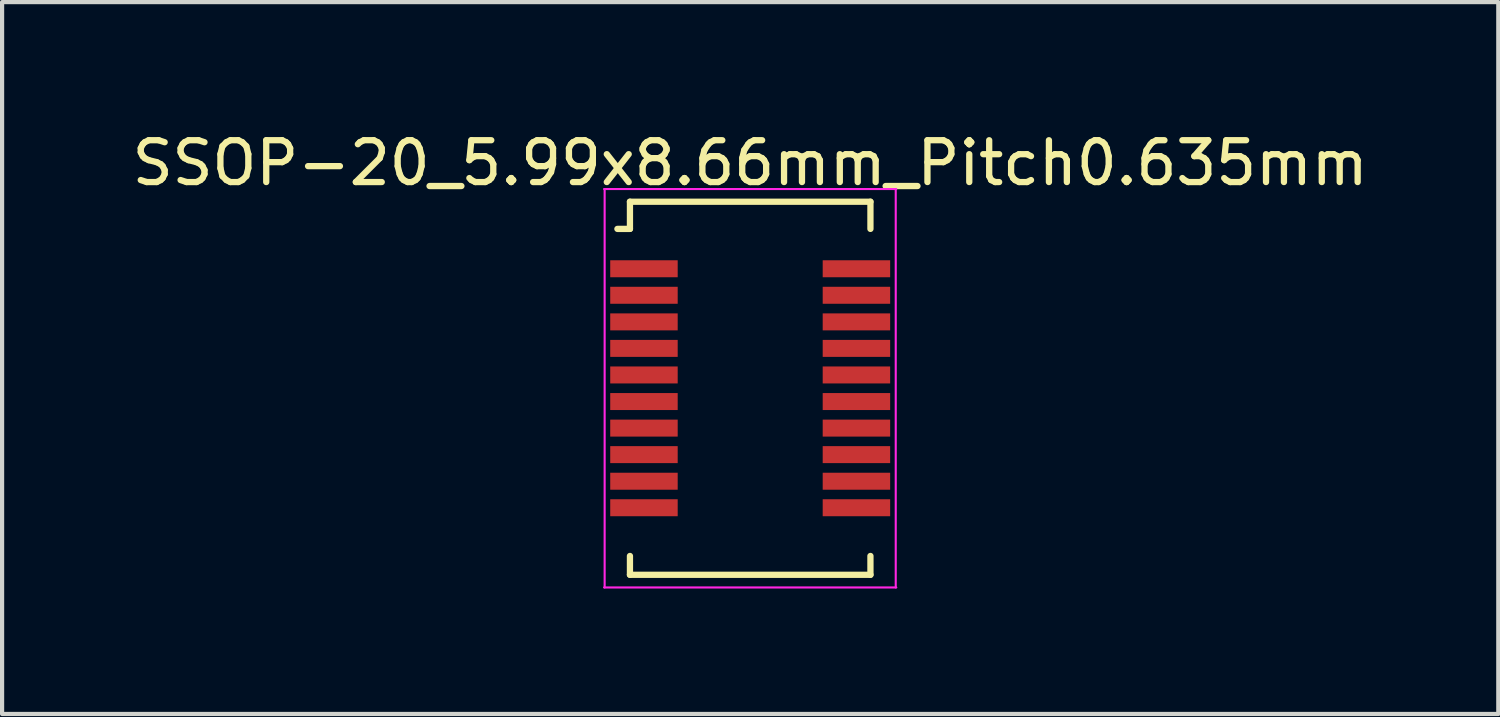
<source format=kicad_pcb>
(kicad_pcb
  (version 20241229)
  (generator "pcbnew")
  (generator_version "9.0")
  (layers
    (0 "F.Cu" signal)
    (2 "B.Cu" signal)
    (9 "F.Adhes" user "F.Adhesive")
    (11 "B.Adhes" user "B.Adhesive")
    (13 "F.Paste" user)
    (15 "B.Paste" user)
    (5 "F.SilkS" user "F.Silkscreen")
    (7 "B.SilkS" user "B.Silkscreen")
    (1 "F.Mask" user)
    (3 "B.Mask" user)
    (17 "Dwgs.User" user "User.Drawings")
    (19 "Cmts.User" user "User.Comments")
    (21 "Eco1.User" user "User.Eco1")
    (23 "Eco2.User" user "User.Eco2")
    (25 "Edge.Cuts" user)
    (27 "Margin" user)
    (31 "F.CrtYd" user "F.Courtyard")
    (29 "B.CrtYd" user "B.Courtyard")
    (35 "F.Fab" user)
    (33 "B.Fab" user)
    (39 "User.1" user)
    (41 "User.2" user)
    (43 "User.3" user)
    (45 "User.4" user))
  (footprint "SSOP-20_5.99x8.66mm_Pitch0.635mm"
    (layer "F.Cu")
    (at 14.887 6.233)
    (property "Reference" "SSOP-20_5.99x8.66mm_Pitch0.635mm" (at 0 -5.385 0) (layer "F.SilkS") (effects (font (size 1 1) (thickness 0.15))))
    (attr smd)
    (fp_line (start -2.875 -4.46) (end -2.875 -3.81) (stroke (width 0.15) (type solid)) (layer "F.SilkS"))
    (fp_line (start -2.875 -4.46) (end 2.875 -4.46) (stroke (width 0.15) (type solid)) (layer "F.SilkS"))
    (fp_line (start -2.875 -3.81) (end -3.175 -3.81) (stroke (width 0.15) (type solid)) (layer "F.SilkS"))
    (fp_line (start -2.875 4.46) (end -2.875 4.01) (stroke (width 0.15) (type solid)) (layer "F.SilkS"))
    (fp_line (start -2.875 4.46) (end 2.875 4.46) (stroke (width 0.15) (type solid)) (layer "F.SilkS"))
    (fp_line (start 2.875 -4.46) (end 2.875 -3.81) (stroke (width 0.15) (type solid)) (layer "F.SilkS"))
    (fp_line (start 2.875 4.46) (end 2.875 4.01) (stroke (width 0.15) (type solid)) (layer "F.SilkS"))
    (fp_line (start -3.493 -4.763) (end 3.493 -4.763) (stroke (width 0.05) (type solid)) (layer "F.CrtYd"))
    (fp_line (start -3.493 4.763) (end 3.493 4.763) (stroke (width 0.05) (type solid)) (layer "F.CrtYd"))
    (fp_line (start -3.48 -4.763) (end -3.48 4.763) (stroke (width 0.05) (type solid)) (layer "F.CrtYd"))
    (fp_line (start 3.48 -4.763) (end 3.48 4.763) (stroke (width 0.05) (type solid)) (layer "F.CrtYd"))
    (pad "1" smd rect (at -2.54 -2.857) (size 1.613 0.406) (layers "F.Cu" "F.Mask" "F.Paste"))
    (pad "2" smd rect (at -2.54 -2.223) (size 1.613 0.406) (layers "F.Cu" "F.Mask" "F.Paste"))
    (pad "3" smd rect (at -2.54 -1.587) (size 1.613 0.406) (layers "F.Cu" "F.Mask" "F.Paste"))
    (pad "4" smd rect (at -2.54 -0.953) (size 1.613 0.406) (layers "F.Cu" "F.Mask" "F.Paste"))
    (pad "5" smd rect (at -2.54 -0.318) (size 1.613 0.406) (layers "F.Cu" "F.Mask" "F.Paste"))
    (pad "6" smd rect (at -2.54 0.318) (size 1.613 0.406) (layers "F.Cu" "F.Mask" "F.Paste"))
    (pad "7" smd rect (at -2.54 0.953) (size 1.613 0.406) (layers "F.Cu" "F.Mask" "F.Paste"))
    (pad "8" smd rect (at -2.54 1.587) (size 1.613 0.406) (layers "F.Cu" "F.Mask" "F.Paste"))
    (pad "9" smd rect (at -2.54 2.223) (size 1.613 0.406) (layers "F.Cu" "F.Mask" "F.Paste"))
    (pad "10" smd rect (at -2.54 2.857) (size 1.613 0.406) (layers "F.Cu" "F.Mask" "F.Paste"))
    (pad "11" smd rect (at 2.54 2.857) (size 1.613 0.406) (layers "F.Cu" "F.Mask" "F.Paste"))
    (pad "12" smd rect (at 2.54 2.223) (size 1.613 0.406) (layers "F.Cu" "F.Mask" "F.Paste"))
    (pad "13" smd rect (at 2.54 1.587) (size 1.613 0.406) (layers "F.Cu" "F.Mask" "F.Paste"))
    (pad "14" smd rect (at 2.54 0.953) (size 1.613 0.406) (layers "F.Cu" "F.Mask" "F.Paste"))
    (pad "15" smd rect (at 2.54 0.318) (size 1.613 0.406) (layers "F.Cu" "F.Mask" "F.Paste"))
    (pad "16" smd rect (at 2.54 -0.318) (size 1.613 0.406) (layers "F.Cu" "F.Mask" "F.Paste"))
    (pad "17" smd rect (at 2.54 -0.953) (size 1.613 0.406) (layers "F.Cu" "F.Mask" "F.Paste"))
    (pad "18" smd rect (at 2.54 -1.587) (size 1.613 0.406) (layers "F.Cu" "F.Mask" "F.Paste"))
    (pad "19" smd rect (at 2.54 -2.223) (size 1.613 0.406) (layers "F.Cu" "F.Mask" "F.Paste"))
    (pad "20" smd rect (at 2.54 -2.857) (size 1.613 0.406) (layers "F.Cu" "F.Mask" "F.Paste")))
  (gr_rect
    (start -3 -3)
    (end 32.774 14.021)
    (stroke (width 0.1) (type default))
    (fill no)
    (layer "Edge.Cuts")))
</source>
